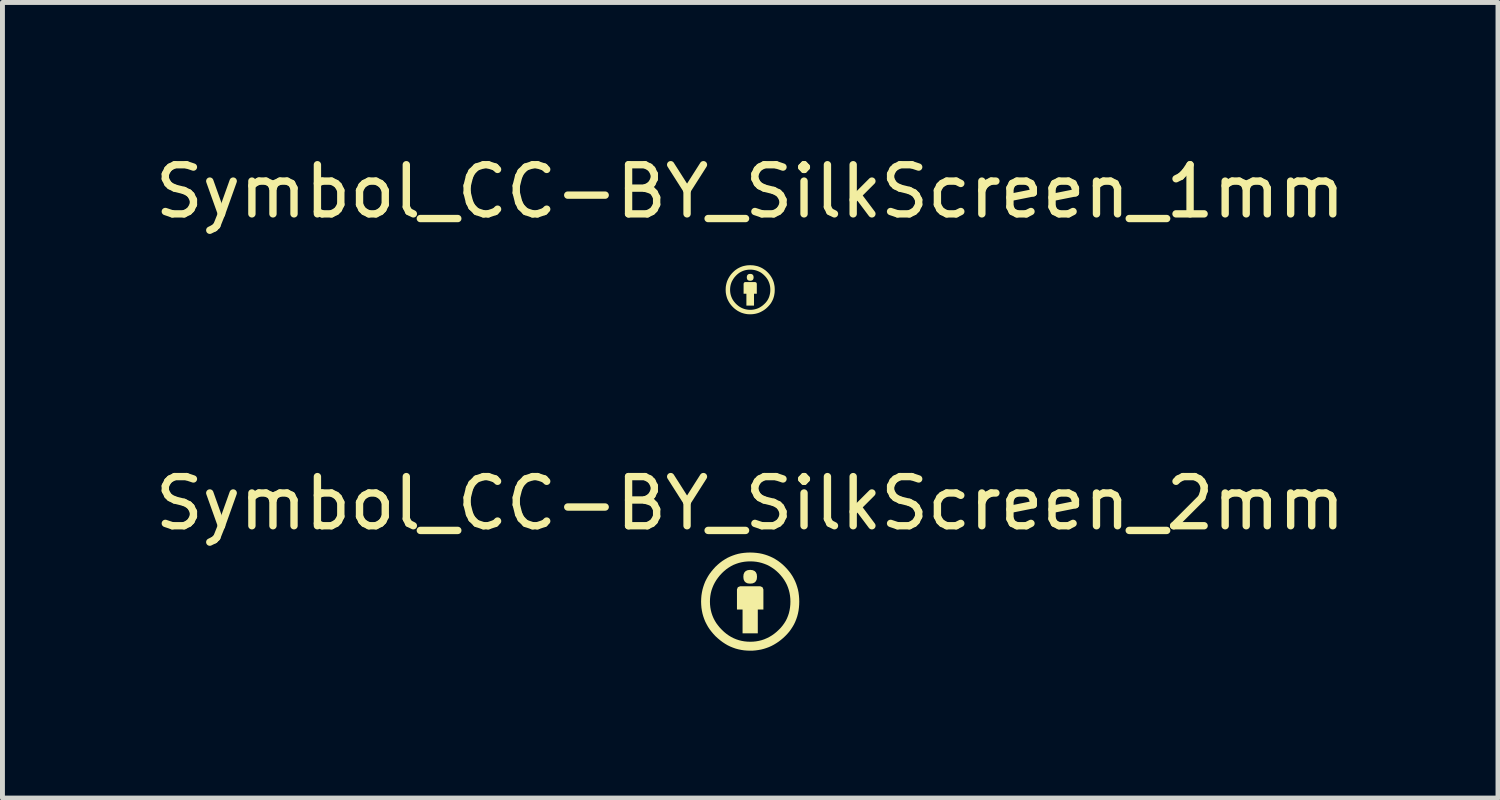
<source format=kicad_pcb>
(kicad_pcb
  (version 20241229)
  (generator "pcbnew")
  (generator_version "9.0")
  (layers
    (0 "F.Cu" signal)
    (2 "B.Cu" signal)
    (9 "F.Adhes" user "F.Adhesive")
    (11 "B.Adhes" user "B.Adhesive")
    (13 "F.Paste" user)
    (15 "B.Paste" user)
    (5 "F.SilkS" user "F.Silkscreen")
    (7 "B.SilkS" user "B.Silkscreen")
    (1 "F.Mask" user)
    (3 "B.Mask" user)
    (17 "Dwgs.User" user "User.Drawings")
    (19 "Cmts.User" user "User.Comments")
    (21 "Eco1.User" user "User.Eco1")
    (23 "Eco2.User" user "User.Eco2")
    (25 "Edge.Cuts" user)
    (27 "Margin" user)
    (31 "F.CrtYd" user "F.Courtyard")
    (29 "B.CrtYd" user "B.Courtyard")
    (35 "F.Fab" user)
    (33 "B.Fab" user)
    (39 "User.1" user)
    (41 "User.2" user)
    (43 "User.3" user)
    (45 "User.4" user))
  (footprint "Symbol_CC-BY_SilkScreen_2mm"
    (layer "F.Cu")
    (at 12.22 9.196)
    (property "Reference" "Symbol_CC-BY_SilkScreen_2mm" (at 0 -2 0) (layer "F.SilkS") (effects (font (size 1 1) (thickness 0.15))))
    (attr exclude_from_pos_files exclude_from_bom)
    (fp_poly (pts (xy 0.268 -0.249) (xy 0.268 0.16) (xy 0.154 0.16) (xy 0.154 0.645) (xy -0.156 0.645) (xy -0.156 0.16) (xy -0.27 0.16) (xy -0.27 -0.249) (xy -0.252 -0.294) (xy -0.206 -0.313) (xy 0.204 -0.313) (xy 0.249 -0.294) (xy 0.268 -0.249)) (stroke (width 0) (type solid)) (fill yes) (layer "F.SilkS"))
    (fp_poly (pts (xy -0.14 -0.506) (xy -0.135 -0.557) (xy -0.118 -0.596) (xy -0.09 -0.624) (xy -0.051 -0.641) (xy -0.001 -0.647) (xy 0.049 -0.641) (xy 0.088 -0.624) (xy 0.116 -0.596) (xy 0.133 -0.557) (xy 0.138 -0.506) (xy 0.133 -0.456) (xy 0.116 -0.417) (xy 0.088 -0.389) (xy 0.049 -0.372) (xy -0.001 -0.367) (xy -0.051 -0.372) (xy -0.09 -0.389) (xy -0.118 -0.417) (xy -0.135 -0.456) (xy -0.14 -0.506)) (stroke (width 0) (type solid)) (fill yes) (layer "F.SilkS"))
    (fp_poly (pts (xy -0.003 -1) (xy 0.001 -0.82) (xy 0.062 -0.818) (xy 0.121 -0.812) (xy 0.178 -0.802) (xy 0.234 -0.788) (xy 0.288 -0.77) (xy 0.341 -0.749) (xy 0.392 -0.723) (xy 0.441 -0.693) (xy 0.489 -0.66) (xy 0.535 -0.622) (xy 0.579 -0.581) (xy 0.62 -0.536) (xy 0.658 -0.49) (xy 0.691 -0.443) (xy 0.721 -0.393) (xy 0.747 -0.342) (xy 0.768 -0.29) (xy 0.786 -0.235) (xy 0.8 -0.179) (xy 0.81 -0.122) (xy 0.816 -0.062) (xy 0.818 -0.001) (xy 0.816 0.061) (xy 0.81 0.121) (xy 0.8 0.179) (xy 0.787 0.235) (xy 0.769 0.289) (xy 0.748 0.341) (xy 0.723 0.391) (xy 0.693 0.439) (xy 0.66 0.485) (xy 0.623 0.53) (xy 0.582 0.572) (xy 0.537 0.614) (xy 0.489 0.653) (xy 0.441 0.687) (xy 0.391 0.717) (xy 0.339 0.743) (xy 0.286 0.766) (xy 0.232 0.784) (xy 0.176 0.798) (xy 0.119 0.808) (xy 0.061 0.814) (xy 0.001 0.816) (xy -0.059 0.814) (xy -0.118 0.808) (xy -0.175 0.798) (xy -0.231 0.784) (xy -0.285 0.766) (xy -0.338 0.744) (xy -0.389 0.718) (xy -0.438 0.688) (xy -0.486 0.654) (xy -0.532 0.616) (xy -0.577 0.573) (xy -0.619 0.529) (xy -0.657 0.482) (xy -0.692 0.435) (xy -0.722 0.385) (xy -0.748 0.335) (xy -0.77 0.282) (xy -0.788 0.229) (xy -0.802 0.173) (xy -0.812 0.117) (xy -0.818 0.059) (xy -0.82 -0.001) (xy -0.818 -0.06) (xy -0.812 -0.118) (xy -0.802 -0.175) (xy -0.788 -0.23) (xy -0.769 -0.284) (xy -0.747 -0.337) (xy -0.721 -0.388) (xy -0.691 -0.438) (xy -0.656 -0.487) (xy -0.618 -0.535) (xy -0.575 -0.581) (xy -0.532 -0.622) (xy -0.486 -0.66) (xy -0.439 -0.693) (xy -0.39 -0.723) (xy -0.34 -0.749) (xy -0.287 -0.77) (xy -0.233 -0.788) (xy -0.177 -0.802) (xy -0.12 -0.812) (xy -0.06 -0.818) (xy 0.001 -0.82) (xy -0.003 -1) (xy -0.066 -0.998) (xy -0.127 -0.993) (xy -0.187 -0.985) (xy -0.246 -0.973) (xy -0.303 -0.957) (xy -0.358 -0.938) (xy -0.412 -0.916) (xy -0.465 -0.891) (xy -0.516 -0.861) (xy -0.566 -0.829) (xy -0.614 -0.793) (xy -0.66 -0.754) (xy -0.706 -0.711) (xy -0.749 -0.664) (xy -0.789 -0.616) (xy -0.826 -0.567) (xy -0.859 -0.516) (xy -0.888 -0.464) (xy -0.915 -0.411) (xy -0.937 -0.356) (xy -0.956 -0.3) (xy -0.972 -0.243) (xy -0.984 -0.184) (xy -0.993 -0.125) (xy -0.998 -0.063) (xy -1 -0.001) (xy -0.998 0.062) (xy -0.993 0.123) (xy -0.984 0.182) (xy -0.972 0.241) (xy -0.956 0.298) (xy -0.937 0.353) (xy -0.915 0.407) (xy -0.888 0.46) (xy -0.859 0.512) (xy -0.826 0.562) (xy -0.789 0.61) (xy -0.749 0.658) (xy -0.706 0.704) (xy -0.659 0.747) (xy -0.611 0.787) (xy -0.562 0.824) (xy -0.512 0.857) (xy -0.461 0.887) (xy -0.408 0.913) (xy -0.354 0.935) (xy -0.298 0.955) (xy -0.242 0.97) (xy -0.184 0.982) (xy -0.125 0.991) (xy -0.064 0.996) (xy -0.003 0.998) (xy 0.056 0.997) (xy 0.113 0.992) (xy 0.169 0.984) (xy 0.224 0.974) (xy 0.278 0.96) (xy 0.331 0.943) (xy 0.382 0.924) (xy 0.433 0.901) (xy 0.482 0.875) (xy 0.53 0.846) (xy 0.578 0.814) (xy 0.624 0.779) (xy 0.669 0.741) (xy 0.713 0.7) (xy 0.755 0.656) (xy 0.794 0.611) (xy 0.829 0.563) (xy 0.861 0.514) (xy 0.89 0.464) (xy 0.915 0.412) (xy 0.937 0.358) (xy 0.956 0.302) (xy 0.971 0.245) (xy 0.983 0.186) (xy 0.991 0.125) (xy 0.996 0.063) (xy 0.998 -0.001) (xy 0.996 -0.065) (xy 0.991 -0.127) (xy 0.983 -0.188) (xy 0.971 -0.247) (xy 0.955 -0.304) (xy 0.936 -0.361) (xy 0.914 -0.415) (xy 0.888 -0.468) (xy 0.859 -0.52) (xy 0.826 -0.57) (xy 0.79 -0.618) (xy 0.75 -0.665) (xy 0.707 -0.711) (xy 0.662 -0.754) (xy 0.615 -0.793) (xy 0.567 -0.829) (xy 0.517 -0.861) (xy 0.465 -0.891) (xy 0.412 -0.916) (xy 0.358 -0.938) (xy 0.302 -0.957) (xy 0.244 -0.973) (xy 0.185 -0.985) (xy 0.124 -0.993) (xy 0.061 -0.998) (xy -0.003 -1)) (stroke (width 0) (type solid)) (fill yes) (layer "F.SilkS")))
  (footprint "Symbol_CC-BY_SilkScreen_1mm"
    (layer "F.Cu")
    (at 12.22 2.848)
    (property "Reference" "Symbol_CC-BY_SilkScreen_1mm" (at 0 -2 0) (layer "F.SilkS") (effects (font (size 1 1) (thickness 0.15))))
    (attr exclude_from_pos_files exclude_from_bom)
    (fp_poly (pts (xy 0.134 -0.124) (xy 0.134 0.08) (xy 0.077 0.08) (xy 0.077 0.322) (xy -0.078 0.322) (xy -0.078 0.08) (xy -0.135 0.08) (xy -0.135 -0.124) (xy -0.126 -0.147) (xy -0.103 -0.157) (xy 0.102 -0.157) (xy 0.124 -0.147) (xy 0.134 -0.124)) (stroke (width 0) (type solid)) (fill yes) (layer "F.SilkS"))
    (fp_poly (pts (xy -0.07 -0.253) (xy -0.067 -0.278) (xy -0.059 -0.298) (xy -0.045 -0.312) (xy -0.026 -0.321) (xy -0.000467 -0.323) (xy 0.025 -0.321) (xy 0.044 -0.312) (xy 0.058 -0.298) (xy 0.066 -0.278) (xy 0.069 -0.253) (xy 0.066 -0.228) (xy 0.058 -0.208) (xy 0.044 -0.194) (xy 0.025 -0.186) (xy -0.000467 -0.183) (xy -0.026 -0.186) (xy -0.045 -0.194) (xy -0.059 -0.208) (xy -0.067 -0.228) (xy -0.07 -0.253)) (stroke (width 0) (type solid)) (fill yes) (layer "F.SilkS"))
    (fp_poly (pts (xy -0.001 -0.5) (xy 0.000418 -0.41) (xy 0.031 -0.409) (xy 0.06 -0.406) (xy 0.089 -0.401) (xy 0.117 -0.394) (xy 0.144 -0.385) (xy 0.17 -0.374) (xy 0.196 -0.362) (xy 0.221 -0.347) (xy 0.244 -0.33) (xy 0.267 -0.311) (xy 0.289 -0.29) (xy 0.31 -0.268) (xy 0.329 -0.245) (xy 0.346 -0.221) (xy 0.361 -0.197) (xy 0.373 -0.171) (xy 0.384 -0.145) (xy 0.393 -0.118) (xy 0.4 -0.09) (xy 0.405 -0.061) (xy 0.408 -0.031) (xy 0.409 -0.000497) (xy 0.408 0.03) (xy 0.405 0.06) (xy 0.4 0.089) (xy 0.393 0.117) (xy 0.385 0.144) (xy 0.374 0.171) (xy 0.361 0.196) (xy 0.347 0.22) (xy 0.33 0.243) (xy 0.312 0.265) (xy 0.291 0.286) (xy 0.268 0.307) (xy 0.245 0.326) (xy 0.22 0.343) (xy 0.195 0.359) (xy 0.17 0.372) (xy 0.143 0.383) (xy 0.116 0.392) (xy 0.088 0.399) (xy 0.06 0.404) (xy 0.03 0.407) (xy 0.000387 0.408) (xy -0.03 0.407) (xy -0.059 0.404) (xy -0.088 0.399) (xy -0.115 0.392) (xy -0.142 0.383) (xy -0.169 0.372) (xy -0.194 0.359) (xy -0.219 0.344) (xy -0.243 0.327) (xy -0.266 0.308) (xy -0.289 0.287) (xy -0.31 0.264) (xy -0.329 0.241) (xy -0.346 0.217) (xy -0.361 0.193) (xy -0.374 0.167) (xy -0.385 0.141) (xy -0.394 0.114) (xy -0.401 0.087) (xy -0.406 0.058) (xy -0.409 0.029) (xy -0.41 -0.000436) (xy -0.409 -0.03) (xy -0.406 -0.059) (xy -0.401 -0.087) (xy -0.394 -0.115) (xy -0.385 -0.142) (xy -0.374 -0.169) (xy -0.36 -0.194) (xy -0.345 -0.219) (xy -0.328 -0.244) (xy -0.309 -0.267) (xy -0.288 -0.29) (xy -0.266 -0.311) (xy -0.243 -0.33) (xy -0.22 -0.347) (xy -0.195 -0.361) (xy -0.17 -0.374) (xy -0.144 -0.385) (xy -0.117 -0.394) (xy -0.089 -0.401) (xy -0.06 -0.406) (xy -0.03 -0.409) (xy 0.000418 -0.41) (xy -0.001 -0.5) (xy -0.033 -0.499) (xy -0.064 -0.497) (xy -0.094 -0.492) (xy -0.123 -0.486) (xy -0.151 -0.479) (xy -0.179 -0.469) (xy -0.206 -0.458) (xy -0.232 -0.445) (xy -0.258 -0.431) (xy -0.283 -0.414) (xy -0.307 -0.397) (xy -0.33 -0.377) (xy -0.353 -0.355) (xy -0.375 -0.332) (xy -0.395 -0.308) (xy -0.413 -0.283) (xy -0.429 -0.258) (xy -0.444 -0.232) (xy -0.457 -0.205) (xy -0.469 -0.178) (xy -0.478 -0.15) (xy -0.486 -0.121) (xy -0.492 -0.092) (xy -0.497 -0.062) (xy -0.499 -0.032) (xy -0.5 -0.000467) (xy -0.499 0.031) (xy -0.497 0.061) (xy -0.492 0.091) (xy -0.486 0.12) (xy -0.478 0.149) (xy -0.469 0.177) (xy -0.457 0.204) (xy -0.444 0.23) (xy -0.429 0.256) (xy -0.413 0.281) (xy -0.395 0.305) (xy -0.375 0.329) (xy -0.353 0.352) (xy -0.33 0.374) (xy -0.306 0.394) (xy -0.281 0.412) (xy -0.256 0.429) (xy -0.23 0.443) (xy -0.204 0.456) (xy -0.177 0.468) (xy -0.149 0.477) (xy -0.121 0.485) (xy -0.092 0.491) (xy -0.062 0.496) (xy -0.032 0.498) (xy -0.001 0.499) (xy 0.028 0.498) (xy 0.056 0.496) (xy 0.084 0.492) (xy 0.112 0.487) (xy 0.139 0.48) (xy 0.165 0.472) (xy 0.191 0.462) (xy 0.216 0.45) (xy 0.241 0.437) (xy 0.265 0.423) (xy 0.289 0.407) (xy 0.312 0.39) (xy 0.334 0.371) (xy 0.356 0.35) (xy 0.377 0.328) (xy 0.397 0.305) (xy 0.415 0.282) (xy 0.431 0.257) (xy 0.445 0.232) (xy 0.458 0.206) (xy 0.469 0.179) (xy 0.478 0.151) (xy 0.486 0.122) (xy 0.491 0.093) (xy 0.496 0.063) (xy 0.498 0.032) (xy 0.499 -0.000467) (xy 0.498 -0.032) (xy 0.496 -0.063) (xy 0.491 -0.094) (xy 0.485 -0.123) (xy 0.478 -0.152) (xy 0.468 -0.18) (xy 0.457 -0.208) (xy 0.444 -0.234) (xy 0.429 -0.26) (xy 0.413 -0.285) (xy 0.395 -0.309) (xy 0.375 -0.333) (xy 0.354 -0.355) (xy 0.331 -0.377) (xy 0.308 -0.397) (xy 0.283 -0.414) (xy 0.258 -0.431) (xy 0.233 -0.445) (xy 0.206 -0.458) (xy 0.179 -0.469) (xy 0.151 -0.479) (xy 0.122 -0.486) (xy 0.092 -0.492) (xy 0.062 -0.497) (xy 0.031 -0.499) (xy -0.001 -0.5)) (stroke (width 0) (type solid)) (fill yes) (layer "F.SilkS")))
  (gr_rect
    (start -3 -3)
    (end 27.44 13.194)
    (stroke (width 0.1) (type default))
    (fill no)
    (layer "Edge.Cuts")))
</source>
